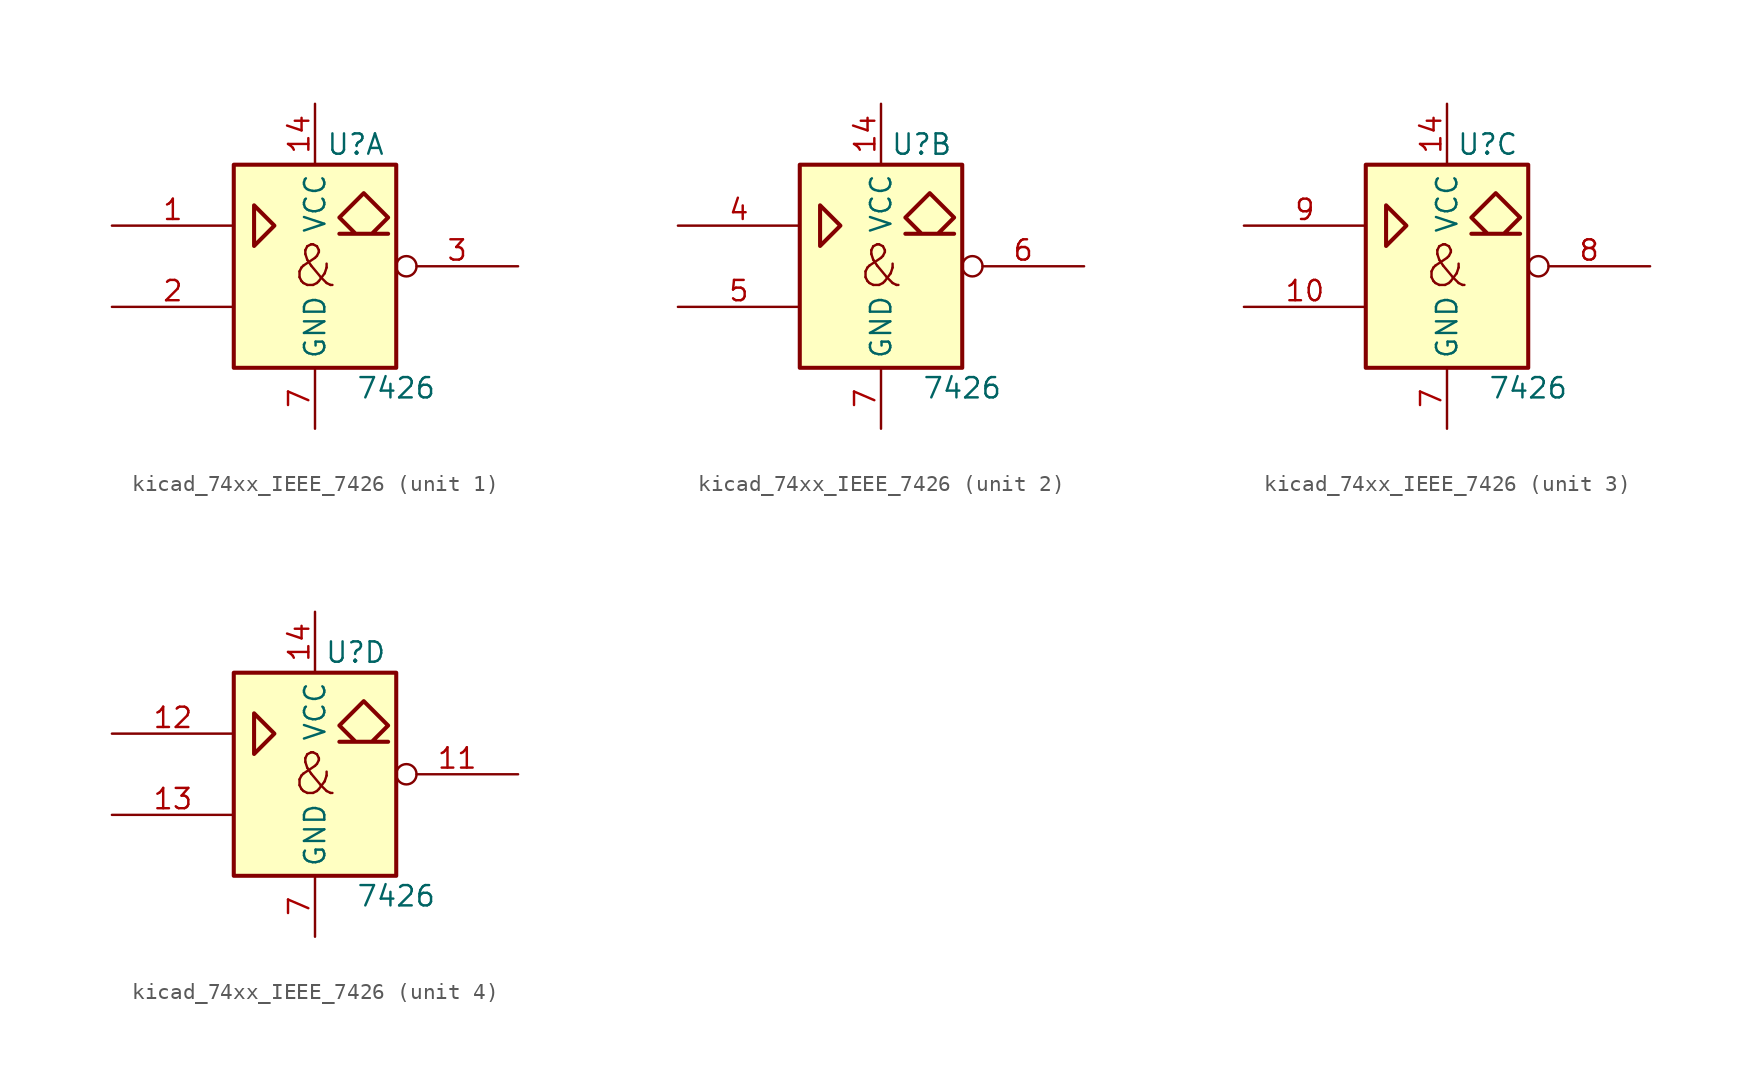
<source format=kicad_sym>
(kicad_symbol_lib
  (version 20220914)
  (generator kicad_symbol_editor)
  (symbol "kicad_74xx_IEEE_7426"
    (property "Reference" "U"
      (at 2.54 7.62 0)
      (effects (font (size 1.27 1.27))))
    (property "Value" "7426"
      (at 5.08 -7.62 0)
      (effects (font (size 1.27 1.27))))
    (symbol "kicad_74xx_IEEE_7426_0_0"
      (polyline (pts (xy -3.81 3.81) (xy -3.81 1.27) (xy -2.54 2.54) (xy -3.81 3.81) (xy -3.81 3.81)) (stroke (width 0.254) (type default)) (fill (type background)))
      (polyline (pts (xy 2.54 2.032) (xy 1.524 3.048) (xy 3.048 4.572) (xy 4.572 3.048) (xy 3.556 2.032) (xy 4.572 2.032) (xy 1.524 2.032) (xy 1.524 2.032)) (stroke (width 0.254) (type default)) (fill (type background)))
      (text "&" (at 0 0 0) (effects (font (size 2.54 2.54))))
      (pin power_in line (at 0 10.16 270) (length 3.81) (name "VCC" (effects (font (size 1.27 1.27)))) (number "14" (effects (font (size 1.27 1.27))))))
    (symbol "kicad_74xx_IEEE_7426_0_1"
      (rectangle (start -5.08 6.35) (end 5.08 -6.35) (stroke (width 0.254) (type default)) (fill (type background)))
      (pin power_in line (at 0 -10.16 90) (length 3.81) (name "GND" (effects (font (size 1.27 1.27)))) (number "7" (effects (font (size 1.27 1.27))))))
    (symbol "kicad_74xx_IEEE_7426_1_1"
      (pin input line (at -12.7 2.54 0) (length 7.62) (name "~" (effects (font (size 1.27 1.27)))) (number "1" (effects (font (size 1.27 1.27)))))
      (pin input line (at -12.7 -2.54 0) (length 7.62) (name "~" (effects (font (size 1.27 1.27)))) (number "2" (effects (font (size 1.27 1.27)))))
      (pin open_collector inverted (at 12.7 0 180) (length 7.62) (name "~" (effects (font (size 1.27 1.27)))) (number "3" (effects (font (size 1.27 1.27))))))
    (symbol "kicad_74xx_IEEE_7426_2_1"
      (pin input line (at -12.7 2.54 0) (length 7.62) (name "~" (effects (font (size 1.27 1.27)))) (number "4" (effects (font (size 1.27 1.27)))))
      (pin input line (at -12.7 -2.54 0) (length 7.62) (name "~" (effects (font (size 1.27 1.27)))) (number "5" (effects (font (size 1.27 1.27)))))
      (pin open_collector inverted (at 12.7 0 180) (length 7.62) (name "~" (effects (font (size 1.27 1.27)))) (number "6" (effects (font (size 1.27 1.27))))))
    (symbol "kicad_74xx_IEEE_7426_3_1"
      (pin input line (at -12.7 -2.54 0) (length 7.62) (name "~" (effects (font (size 1.27 1.27)))) (number "10" (effects (font (size 1.27 1.27)))))
      (pin open_collector inverted (at 12.7 0 180) (length 7.62) (name "~" (effects (font (size 1.27 1.27)))) (number "8" (effects (font (size 1.27 1.27)))))
      (pin input line (at -12.7 2.54 0) (length 7.62) (name "~" (effects (font (size 1.27 1.27)))) (number "9" (effects (font (size 1.27 1.27))))))
    (symbol "kicad_74xx_IEEE_7426_4_1"
      (pin open_collector inverted (at 12.7 0 180) (length 7.62) (name "~" (effects (font (size 1.27 1.27)))) (number "11" (effects (font (size 1.27 1.27)))))
      (pin input line (at -12.7 2.54 0) (length 7.62) (name "~" (effects (font (size 1.27 1.27)))) (number "12" (effects (font (size 1.27 1.27)))))
      (pin input line (at -12.7 -2.54 0) (length 7.62) (name "~" (effects (font (size 1.27 1.27)))) (number "13" (effects (font (size 1.27 1.27))))))))
</source>
